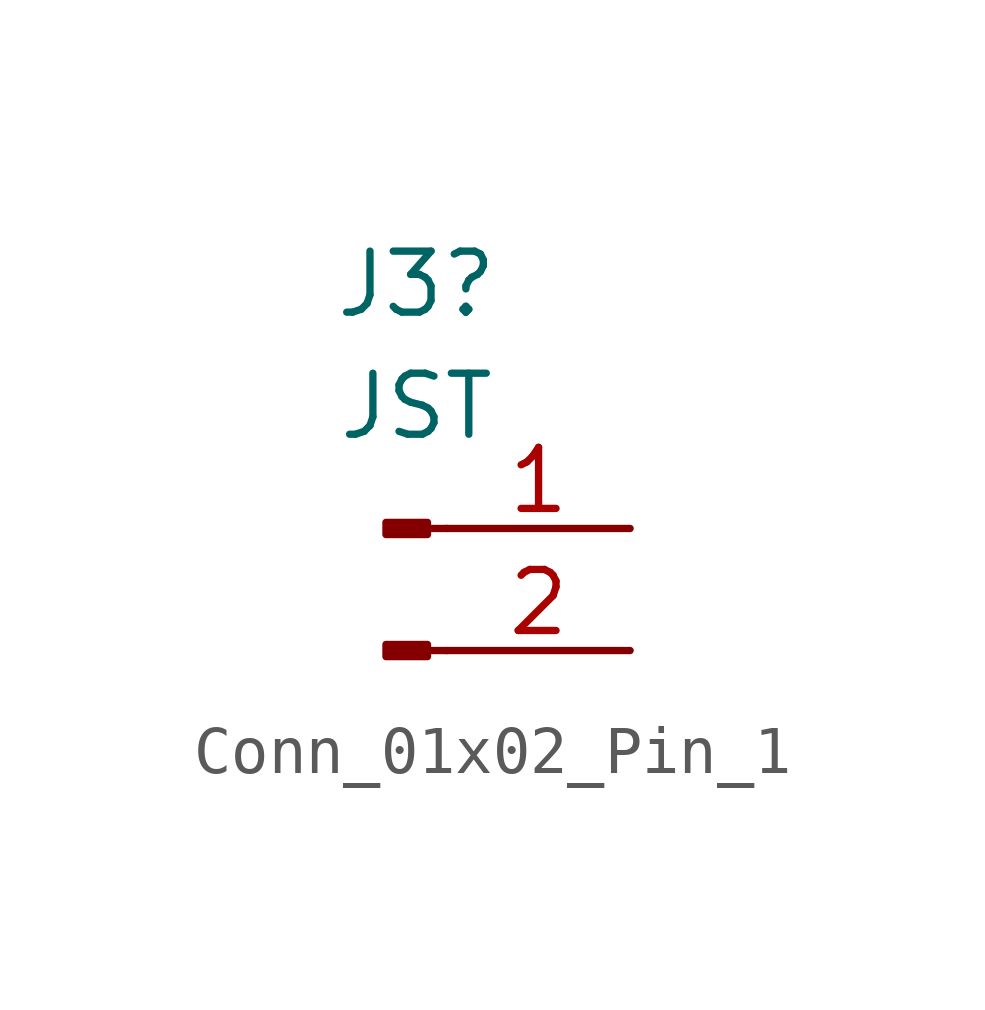
<source format=kicad_sym>
(kicad_symbol_lib
  (version 20231120)
  (generator "kicad_symbol_editor")
  (generator_version "8.0")
  (symbol "Conn_01x02_Pin_1"
    (pin_names
      (offset 1.016) hide)
    (property "Reference" "J3"
      (at 0.635 5.08 0)
      (effects (font (size 1.27 1.27))))
    (property "Value" "JST"
      (at 0.635 2.54 0)
      (effects (font (size 1.27 1.27))))
    (property "ki_locked" ""
      (at 0 0 0)
      (effects (font (size 1.27 1.27))))
    (symbol "Conn_01x02_Pin_1_1_1"
      (polyline (pts (xy 1.27 -2.54) (xy 0.864 -2.54)) (stroke (width 0.152) (type default)) (fill (type none)))
      (polyline (pts (xy 1.27 0) (xy 0.864 0)) (stroke (width 0.152) (type default)) (fill (type none)))
      (rectangle (start 0.864 -2.413) (end 0 -2.667) (stroke (width 0.152) (type default)) (fill (type outline)))
      (rectangle (start 0.864 0.127) (end 0 -0.127) (stroke (width 0.152) (type default)) (fill (type outline)))
      (pin power_out line (at 5.08 0 180) (length 3.81) (name "Pin_1" (effects (font (size 1.27 1.27)))) (number "1" (effects (font (size 1.27 1.27)))))
      (pin power_out line (at 5.08 -2.54 180) (length 3.81) (name "Pin_2" (effects (font (size 1.27 1.27)))) (number "2" (effects (font (size 1.27 1.27))))))))
</source>
